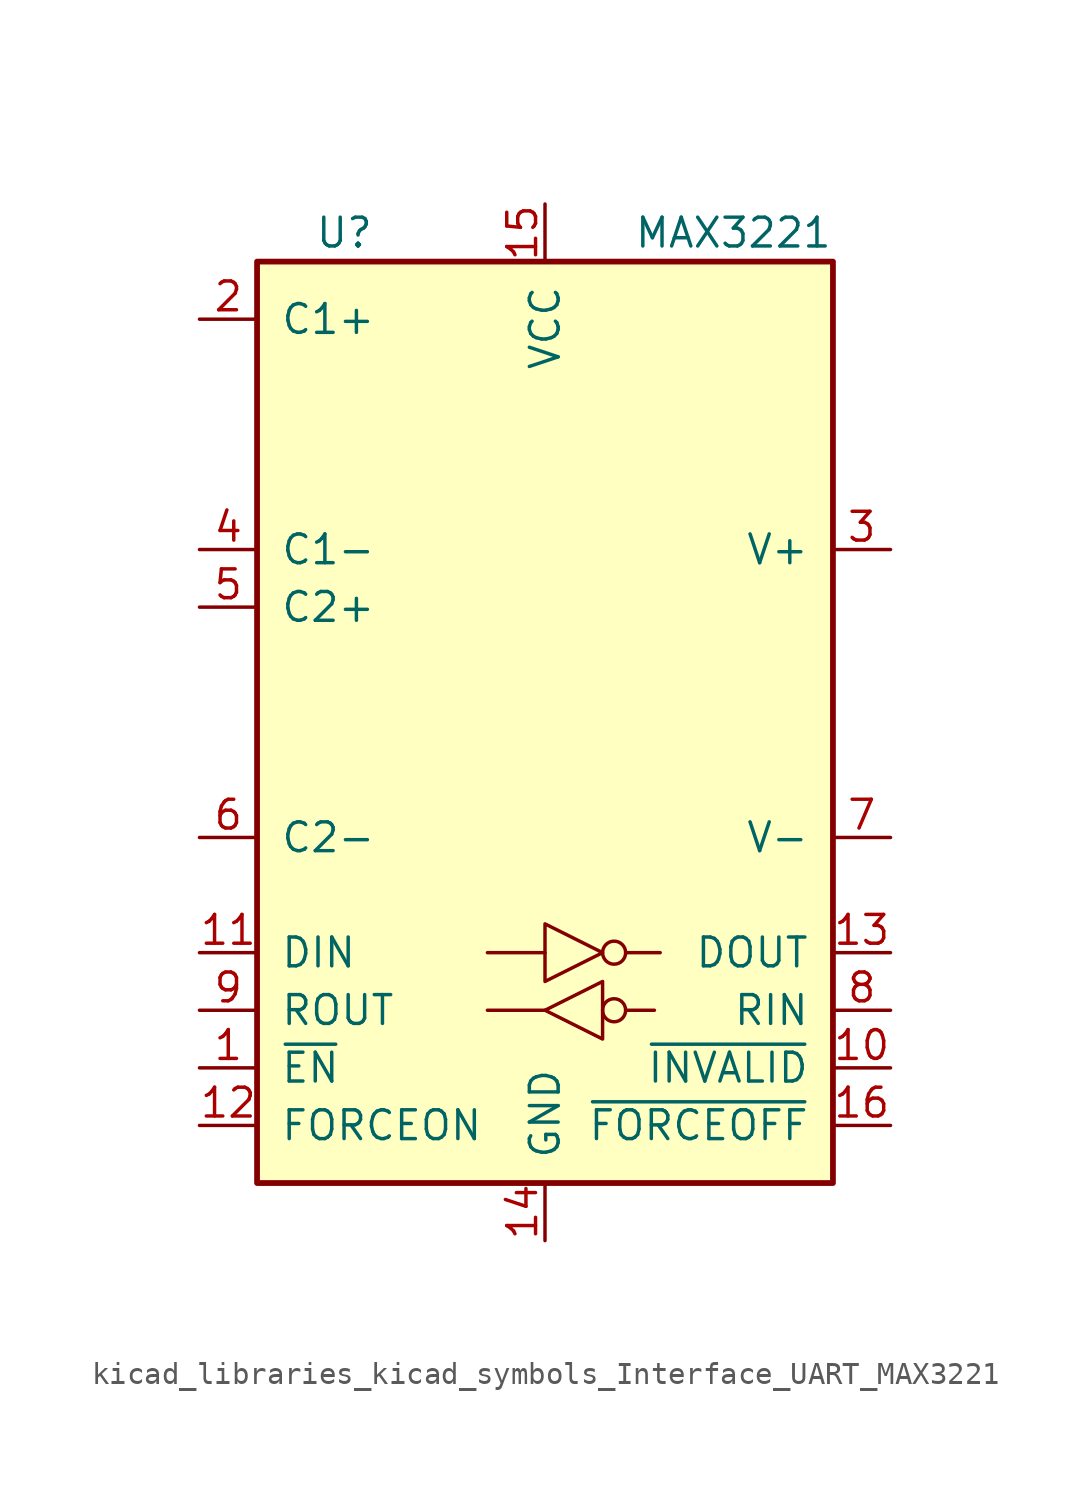
<source format=kicad_sym>
(kicad_symbol_lib
  (version 20220914)
  (generator kicad_symbol_editor)
  (symbol "kicad_libraries_kicad_symbols_Interface_UART_MAX3221"
    (pin_names
      (offset 1.016))
    (property "Reference" "U"
      (at -10.16 21.59 0)
      (effects (font (size 1.27 1.27)) (justify left)))
    (property "Value" "MAX3221"
      (at 12.7 21.59 0)
      (effects (font (size 1.27 1.27)) (justify right)))
    (symbol "kicad_libraries_kicad_symbols_Interface_UART_MAX3221_0_1"
      (rectangle (start -12.7 -20.32) (end 12.7 20.32) (stroke (width 0.254) (type default)) (fill (type background)))
      (polyline (pts (xy -2.54 -12.7) (xy 0 -12.7) (xy 0 -12.7)) (stroke (width 0) (type default)) (fill (type none)))
      (polyline (pts (xy -2.54 -10.16) (xy 0 -10.16) (xy 0 -10.16)) (stroke (width 0) (type default)) (fill (type none)))
      (polyline (pts (xy 3.556 -12.7) (xy 4.826 -12.7) (xy 4.826 -12.7)) (stroke (width 0) (type default)) (fill (type none)))
      (polyline (pts (xy 3.556 -10.16) (xy 5.08 -10.16) (xy 5.08 -10.16)) (stroke (width 0) (type default)) (fill (type none)))
      (polyline (pts (xy 2.54 -11.43) (xy 2.54 -13.97) (xy 0 -12.7) (xy 2.54 -11.43) (xy 2.54 -11.43)) (stroke (width 0) (type default)) (fill (type none)))
      (polyline (pts (xy 0 -11.43) (xy 0 -8.89) (xy 2.54 -10.16) (xy 0 -11.43) (xy 0 -11.43) (xy 0 -11.43)) (stroke (width 0) (type default)) (fill (type none)))
      (circle (center 3.048 -12.7) (radius 0.508) (stroke (width 0) (type default)) (fill (type none)))
      (circle (center 3.048 -10.16) (radius 0.508) (stroke (width 0) (type default)) (fill (type none))))
    (symbol "kicad_libraries_kicad_symbols_Interface_UART_MAX3221_1_1"
      (pin input line (at -15.24 -15.24 0) (length 2.54) (name "~{EN}" (effects (font (size 1.27 1.27)))) (number "1" (effects (font (size 1.27 1.27)))))
      (pin output line (at 15.24 -15.24 180) (length 2.54) (name "~{INVALID}" (effects (font (size 1.27 1.27)))) (number "10" (effects (font (size 1.27 1.27)))))
      (pin input line (at -15.24 -10.16 0) (length 2.54) (name "DIN" (effects (font (size 1.27 1.27)))) (number "11" (effects (font (size 1.27 1.27)))))
      (pin input line (at -15.24 -17.78 0) (length 2.54) (name "FORCEON" (effects (font (size 1.27 1.27)))) (number "12" (effects (font (size 1.27 1.27)))))
      (pin output line (at 15.24 -10.16 180) (length 2.54) (name "DOUT" (effects (font (size 1.27 1.27)))) (number "13" (effects (font (size 1.27 1.27)))))
      (pin power_in line (at 0 -22.86 90) (length 2.54) (name "GND" (effects (font (size 1.27 1.27)))) (number "14" (effects (font (size 1.27 1.27)))))
      (pin power_in line (at 0 22.86 270) (length 2.54) (name "VCC" (effects (font (size 1.27 1.27)))) (number "15" (effects (font (size 1.27 1.27)))))
      (pin input line (at 15.24 -17.78 180) (length 2.54) (name "~{FORCEOFF}" (effects (font (size 1.27 1.27)))) (number "16" (effects (font (size 1.27 1.27)))))
      (pin passive line (at -15.24 17.78 0) (length 2.54) (name "C1+" (effects (font (size 1.27 1.27)))) (number "2" (effects (font (size 1.27 1.27)))))
      (pin power_out line (at 15.24 7.62 180) (length 2.54) (name "V+" (effects (font (size 1.27 1.27)))) (number "3" (effects (font (size 1.27 1.27)))))
      (pin passive line (at -15.24 7.62 0) (length 2.54) (name "C1-" (effects (font (size 1.27 1.27)))) (number "4" (effects (font (size 1.27 1.27)))))
      (pin passive line (at -15.24 5.08 0) (length 2.54) (name "C2+" (effects (font (size 1.27 1.27)))) (number "5" (effects (font (size 1.27 1.27)))))
      (pin passive line (at -15.24 -5.08 0) (length 2.54) (name "C2-" (effects (font (size 1.27 1.27)))) (number "6" (effects (font (size 1.27 1.27)))))
      (pin power_out line (at 15.24 -5.08 180) (length 2.54) (name "V-" (effects (font (size 1.27 1.27)))) (number "7" (effects (font (size 1.27 1.27)))))
      (pin input line (at 15.24 -12.7 180) (length 2.54) (name "RIN" (effects (font (size 1.27 1.27)))) (number "8" (effects (font (size 1.27 1.27)))))
      (pin output line (at -15.24 -12.7 0) (length 2.54) (name "ROUT" (effects (font (size 1.27 1.27)))) (number "9" (effects (font (size 1.27 1.27))))))))
</source>
